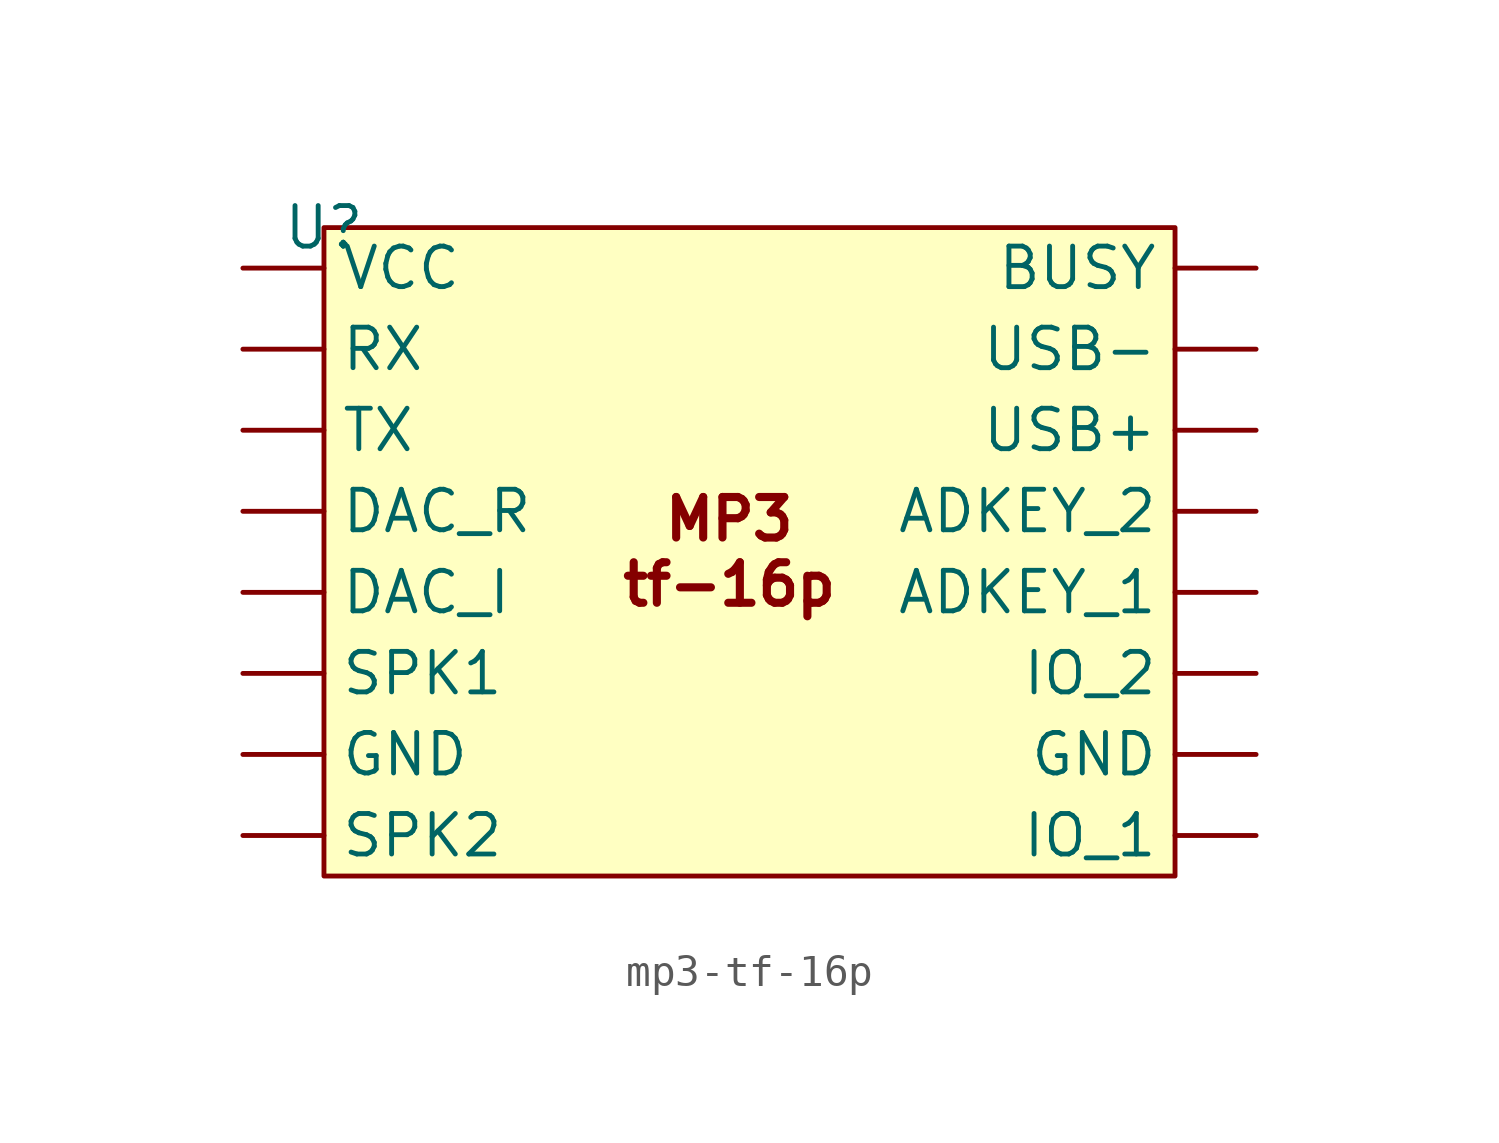
<source format=kicad_sym>
(kicad_symbol_lib
  (version 20220914)
  (generator kicad_symbol_editor)
  (symbol "mp3-tf-16p"
    (property "Reference" "U"
      (at 0 0 0)
      (effects (font (size 1.27 1.27))))
    (property "Value" ""
      (at 0 0 0)
      (effects (font (size 1.27 1.27))))
    (symbol "mp3-tf-16p_1_1"
      (rectangle (start 0 0) (end 26.67 -20.32) (stroke (width 0) (type default)) (fill (type background)))
      (text "MP3\ntf-16p\n" (at 12.7 -10.16 0) (effects (font (size 1.27 1.27) bold)))
      (pin input line (at 29.21 -11.43 180) (length 2.54) (name "ADKEY_1" (effects (font (size 1.27 1.27)))) (number "" (effects (font (size 1.27 1.27)))))
      (pin input line (at 29.21 -8.89 180) (length 2.54) (name "ADKEY_2" (effects (font (size 1.27 1.27)))) (number "" (effects (font (size 1.27 1.27)))))
      (pin input line (at 29.21 -1.27 180) (length 2.54) (name "BUSY" (effects (font (size 1.27 1.27)))) (number "" (effects (font (size 1.27 1.27)))))
      (pin input line (at -2.54 -11.43 0) (length 2.54) (name "DAC_I" (effects (font (size 1.27 1.27)))) (number "" (effects (font (size 1.27 1.27)))))
      (pin input line (at -2.54 -8.89 0) (length 2.54) (name "DAC_R" (effects (font (size 1.27 1.27)))) (number "" (effects (font (size 1.27 1.27)))))
      (pin input line (at -2.54 -16.51 0) (length 2.54) (name "GND" (effects (font (size 1.27 1.27)))) (number "" (effects (font (size 1.27 1.27)))))
      (pin input line (at 29.21 -16.51 180) (length 2.54) (name "GND" (effects (font (size 1.27 1.27)))) (number "" (effects (font (size 1.27 1.27)))))
      (pin input line (at 29.21 -19.05 180) (length 2.54) (name "IO_1" (effects (font (size 1.27 1.27)))) (number "" (effects (font (size 1.27 1.27)))))
      (pin input line (at 29.21 -13.97 180) (length 2.54) (name "IO_2" (effects (font (size 1.27 1.27)))) (number "" (effects (font (size 1.27 1.27)))))
      (pin input line (at -2.54 -3.81 0) (length 2.54) (name "RX" (effects (font (size 1.27 1.27)))) (number "" (effects (font (size 1.27 1.27)))))
      (pin input line (at -2.54 -13.97 0) (length 2.54) (name "SPK1" (effects (font (size 1.27 1.27)))) (number "" (effects (font (size 1.27 1.27)))))
      (pin input line (at -2.54 -19.05 0) (length 2.54) (name "SPK2" (effects (font (size 1.27 1.27)))) (number "" (effects (font (size 1.27 1.27)))))
      (pin input line (at -2.54 -6.35 0) (length 2.54) (name "TX" (effects (font (size 1.27 1.27)))) (number "" (effects (font (size 1.27 1.27)))))
      (pin input line (at 29.21 -6.35 180) (length 2.54) (name "USB+" (effects (font (size 1.27 1.27)))) (number "" (effects (font (size 1.27 1.27)))))
      (pin input line (at 29.21 -3.81 180) (length 2.54) (name "USB-" (effects (font (size 1.27 1.27)))) (number "" (effects (font (size 1.27 1.27)))))
      (pin input line (at -2.54 -1.27 0) (length 2.54) (name "VCC" (effects (font (size 1.27 1.27)))) (number "" (effects (font (size 1.27 1.27))))))))
</source>
